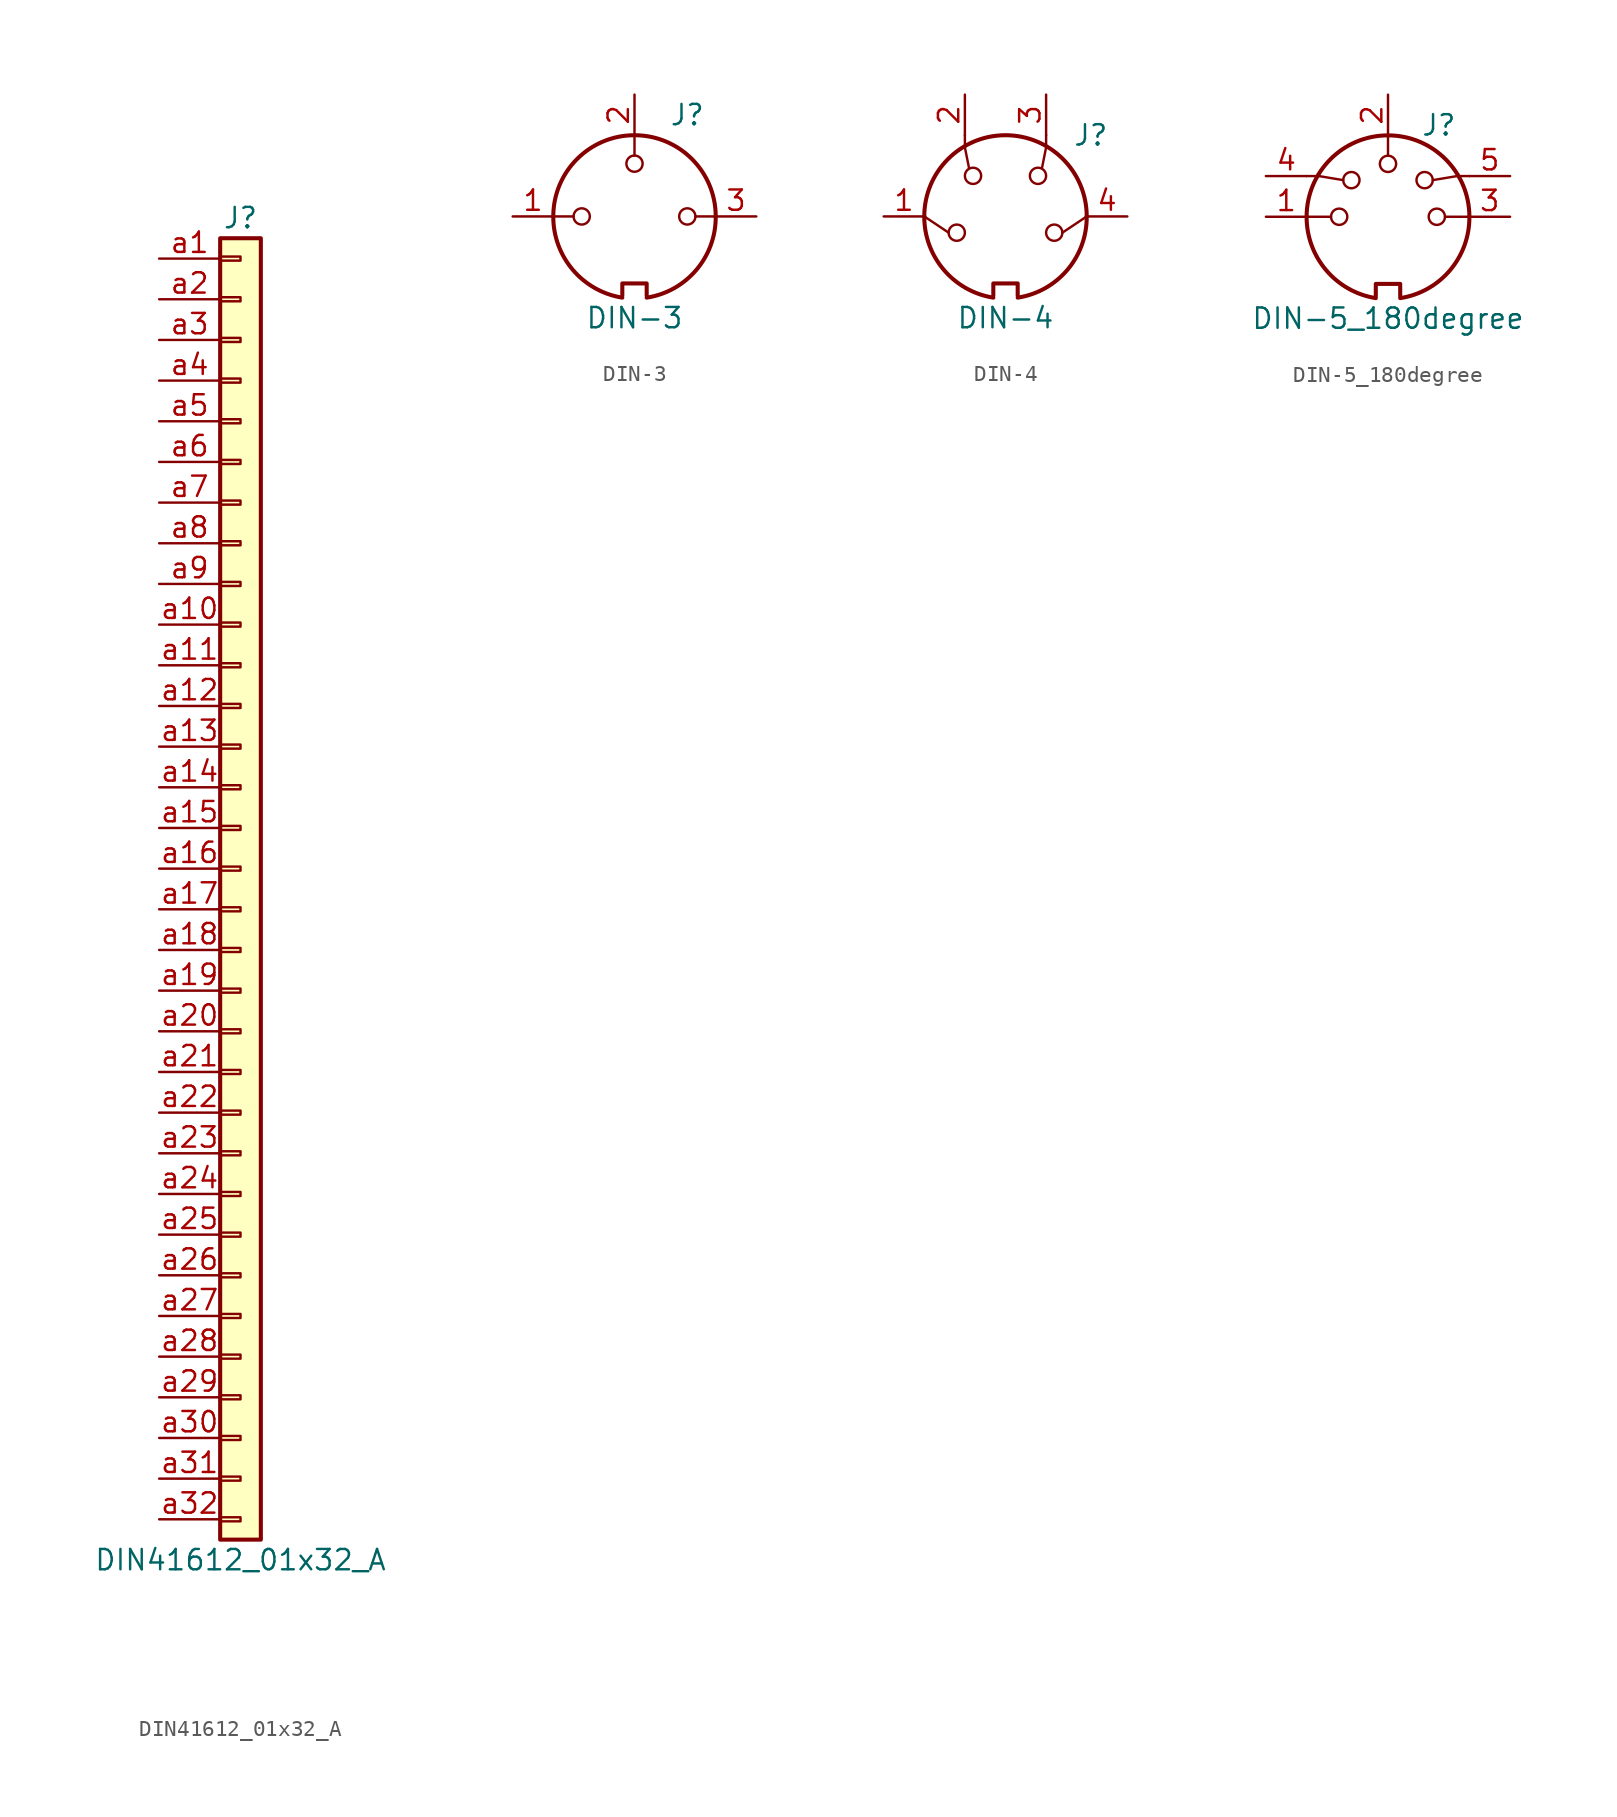
<source format=kicad_sym>
(kicad_symbol_lib
  (version 20211014)
  (generator kicad_symbol_editor)
  (symbol "DIN41612_01x32_A"
    (pin_names
      (offset 1.016) hide)
    (property "Reference" "J"
      (at 0 40.64 0)
      (effects (font (size 1.27 1.27))))
    (property "Value" "DIN41612_01x32_A"
      (at 0 -43.18 0)
      (effects (font (size 1.27 1.27))))
    (symbol "DIN41612_01x32_A_1_1"
      (rectangle (start -1.27 -40.513) (end 0 -40.767) (stroke (width 0.152) (type default) (color 0 0 0 0)) (fill (type none)))
      (rectangle (start -1.27 -37.973) (end 0 -38.227) (stroke (width 0.152) (type default) (color 0 0 0 0)) (fill (type none)))
      (rectangle (start -1.27 -35.433) (end 0 -35.687) (stroke (width 0.152) (type default) (color 0 0 0 0)) (fill (type none)))
      (rectangle (start -1.27 -32.893) (end 0 -33.147) (stroke (width 0.152) (type default) (color 0 0 0 0)) (fill (type none)))
      (rectangle (start -1.27 -30.353) (end 0 -30.607) (stroke (width 0.152) (type default) (color 0 0 0 0)) (fill (type none)))
      (rectangle (start -1.27 -27.813) (end 0 -28.067) (stroke (width 0.152) (type default) (color 0 0 0 0)) (fill (type none)))
      (rectangle (start -1.27 -25.273) (end 0 -25.527) (stroke (width 0.152) (type default) (color 0 0 0 0)) (fill (type none)))
      (rectangle (start -1.27 -22.733) (end 0 -22.987) (stroke (width 0.152) (type default) (color 0 0 0 0)) (fill (type none)))
      (rectangle (start -1.27 -20.193) (end 0 -20.447) (stroke (width 0.152) (type default) (color 0 0 0 0)) (fill (type none)))
      (rectangle (start -1.27 -17.653) (end 0 -17.907) (stroke (width 0.152) (type default) (color 0 0 0 0)) (fill (type none)))
      (rectangle (start -1.27 -15.113) (end 0 -15.367) (stroke (width 0.152) (type default) (color 0 0 0 0)) (fill (type none)))
      (rectangle (start -1.27 -12.573) (end 0 -12.827) (stroke (width 0.152) (type default) (color 0 0 0 0)) (fill (type none)))
      (rectangle (start -1.27 -10.033) (end 0 -10.287) (stroke (width 0.152) (type default) (color 0 0 0 0)) (fill (type none)))
      (rectangle (start -1.27 -7.493) (end 0 -7.747) (stroke (width 0.152) (type default) (color 0 0 0 0)) (fill (type none)))
      (rectangle (start -1.27 -4.953) (end 0 -5.207) (stroke (width 0.152) (type default) (color 0 0 0 0)) (fill (type none)))
      (rectangle (start -1.27 -2.413) (end 0 -2.667) (stroke (width 0.152) (type default) (color 0 0 0 0)) (fill (type none)))
      (rectangle (start -1.27 0.127) (end 0 -0.127) (stroke (width 0.152) (type default) (color 0 0 0 0)) (fill (type none)))
      (rectangle (start -1.27 2.667) (end 0 2.413) (stroke (width 0.152) (type default) (color 0 0 0 0)) (fill (type none)))
      (rectangle (start -1.27 5.207) (end 0 4.953) (stroke (width 0.152) (type default) (color 0 0 0 0)) (fill (type none)))
      (rectangle (start -1.27 7.747) (end 0 7.493) (stroke (width 0.152) (type default) (color 0 0 0 0)) (fill (type none)))
      (rectangle (start -1.27 10.287) (end 0 10.033) (stroke (width 0.152) (type default) (color 0 0 0 0)) (fill (type none)))
      (rectangle (start -1.27 12.827) (end 0 12.573) (stroke (width 0.152) (type default) (color 0 0 0 0)) (fill (type none)))
      (rectangle (start -1.27 15.367) (end 0 15.113) (stroke (width 0.152) (type default) (color 0 0 0 0)) (fill (type none)))
      (rectangle (start -1.27 17.907) (end 0 17.653) (stroke (width 0.152) (type default) (color 0 0 0 0)) (fill (type none)))
      (rectangle (start -1.27 20.447) (end 0 20.193) (stroke (width 0.152) (type default) (color 0 0 0 0)) (fill (type none)))
      (rectangle (start -1.27 22.987) (end 0 22.733) (stroke (width 0.152) (type default) (color 0 0 0 0)) (fill (type none)))
      (rectangle (start -1.27 25.527) (end 0 25.273) (stroke (width 0.152) (type default) (color 0 0 0 0)) (fill (type none)))
      (rectangle (start -1.27 28.067) (end 0 27.813) (stroke (width 0.152) (type default) (color 0 0 0 0)) (fill (type none)))
      (rectangle (start -1.27 30.607) (end 0 30.353) (stroke (width 0.152) (type default) (color 0 0 0 0)) (fill (type none)))
      (rectangle (start -1.27 33.147) (end 0 32.893) (stroke (width 0.152) (type default) (color 0 0 0 0)) (fill (type none)))
      (rectangle (start -1.27 35.687) (end 0 35.433) (stroke (width 0.152) (type default) (color 0 0 0 0)) (fill (type none)))
      (rectangle (start -1.27 38.227) (end 0 37.973) (stroke (width 0.152) (type default) (color 0 0 0 0)) (fill (type none)))
      (rectangle (start -1.27 39.37) (end 1.27 -41.91) (stroke (width 0.254) (type default) (color 0 0 0 0)) (fill (type background)))
      (pin passive line (at -5.08 38.1 0) (length 3.81) (name "Pin_a1" (effects (font (size 1.27 1.27)))) (number "a1" (effects (font (size 1.27 1.27)))))
      (pin passive line (at -5.08 15.24 0) (length 3.81) (name "Pin_a10" (effects (font (size 1.27 1.27)))) (number "a10" (effects (font (size 1.27 1.27)))))
      (pin passive line (at -5.08 12.7 0) (length 3.81) (name "Pin_a11" (effects (font (size 1.27 1.27)))) (number "a11" (effects (font (size 1.27 1.27)))))
      (pin passive line (at -5.08 10.16 0) (length 3.81) (name "Pin_a12" (effects (font (size 1.27 1.27)))) (number "a12" (effects (font (size 1.27 1.27)))))
      (pin passive line (at -5.08 7.62 0) (length 3.81) (name "Pin_a13" (effects (font (size 1.27 1.27)))) (number "a13" (effects (font (size 1.27 1.27)))))
      (pin passive line (at -5.08 5.08 0) (length 3.81) (name "Pin_a14" (effects (font (size 1.27 1.27)))) (number "a14" (effects (font (size 1.27 1.27)))))
      (pin passive line (at -5.08 2.54 0) (length 3.81) (name "Pin_a15" (effects (font (size 1.27 1.27)))) (number "a15" (effects (font (size 1.27 1.27)))))
      (pin passive line (at -5.08 0 0) (length 3.81) (name "Pin_a16" (effects (font (size 1.27 1.27)))) (number "a16" (effects (font (size 1.27 1.27)))))
      (pin passive line (at -5.08 -2.54 0) (length 3.81) (name "Pin_a17" (effects (font (size 1.27 1.27)))) (number "a17" (effects (font (size 1.27 1.27)))))
      (pin passive line (at -5.08 -5.08 0) (length 3.81) (name "Pin_a18" (effects (font (size 1.27 1.27)))) (number "a18" (effects (font (size 1.27 1.27)))))
      (pin passive line (at -5.08 -7.62 0) (length 3.81) (name "Pin_a19" (effects (font (size 1.27 1.27)))) (number "a19" (effects (font (size 1.27 1.27)))))
      (pin passive line (at -5.08 35.56 0) (length 3.81) (name "Pin_a2" (effects (font (size 1.27 1.27)))) (number "a2" (effects (font (size 1.27 1.27)))))
      (pin passive line (at -5.08 -10.16 0) (length 3.81) (name "Pin_a20" (effects (font (size 1.27 1.27)))) (number "a20" (effects (font (size 1.27 1.27)))))
      (pin passive line (at -5.08 -12.7 0) (length 3.81) (name "Pin_a21" (effects (font (size 1.27 1.27)))) (number "a21" (effects (font (size 1.27 1.27)))))
      (pin passive line (at -5.08 -15.24 0) (length 3.81) (name "Pin_a22" (effects (font (size 1.27 1.27)))) (number "a22" (effects (font (size 1.27 1.27)))))
      (pin passive line (at -5.08 -17.78 0) (length 3.81) (name "Pin_a23" (effects (font (size 1.27 1.27)))) (number "a23" (effects (font (size 1.27 1.27)))))
      (pin passive line (at -5.08 -20.32 0) (length 3.81) (name "Pin_a24" (effects (font (size 1.27 1.27)))) (number "a24" (effects (font (size 1.27 1.27)))))
      (pin passive line (at -5.08 -22.86 0) (length 3.81) (name "Pin_a25" (effects (font (size 1.27 1.27)))) (number "a25" (effects (font (size 1.27 1.27)))))
      (pin passive line (at -5.08 -25.4 0) (length 3.81) (name "Pin_a26" (effects (font (size 1.27 1.27)))) (number "a26" (effects (font (size 1.27 1.27)))))
      (pin passive line (at -5.08 -27.94 0) (length 3.81) (name "Pin_a27" (effects (font (size 1.27 1.27)))) (number "a27" (effects (font (size 1.27 1.27)))))
      (pin passive line (at -5.08 -30.48 0) (length 3.81) (name "Pin_a28" (effects (font (size 1.27 1.27)))) (number "a28" (effects (font (size 1.27 1.27)))))
      (pin passive line (at -5.08 -33.02 0) (length 3.81) (name "Pin_a29" (effects (font (size 1.27 1.27)))) (number "a29" (effects (font (size 1.27 1.27)))))
      (pin passive line (at -5.08 33.02 0) (length 3.81) (name "Pin_a3" (effects (font (size 1.27 1.27)))) (number "a3" (effects (font (size 1.27 1.27)))))
      (pin passive line (at -5.08 -35.56 0) (length 3.81) (name "Pin_a30" (effects (font (size 1.27 1.27)))) (number "a30" (effects (font (size 1.27 1.27)))))
      (pin passive line (at -5.08 -38.1 0) (length 3.81) (name "Pin_a31" (effects (font (size 1.27 1.27)))) (number "a31" (effects (font (size 1.27 1.27)))))
      (pin passive line (at -5.08 -40.64 0) (length 3.81) (name "Pin_a32" (effects (font (size 1.27 1.27)))) (number "a32" (effects (font (size 1.27 1.27)))))
      (pin passive line (at -5.08 30.48 0) (length 3.81) (name "Pin_a4" (effects (font (size 1.27 1.27)))) (number "a4" (effects (font (size 1.27 1.27)))))
      (pin passive line (at -5.08 27.94 0) (length 3.81) (name "Pin_a5" (effects (font (size 1.27 1.27)))) (number "a5" (effects (font (size 1.27 1.27)))))
      (pin passive line (at -5.08 25.4 0) (length 3.81) (name "Pin_a6" (effects (font (size 1.27 1.27)))) (number "a6" (effects (font (size 1.27 1.27)))))
      (pin passive line (at -5.08 22.86 0) (length 3.81) (name "Pin_a7" (effects (font (size 1.27 1.27)))) (number "a7" (effects (font (size 1.27 1.27)))))
      (pin passive line (at -5.08 20.32 0) (length 3.81) (name "Pin_a8" (effects (font (size 1.27 1.27)))) (number "a8" (effects (font (size 1.27 1.27)))))
      (pin passive line (at -5.08 17.78 0) (length 3.81) (name "Pin_a9" (effects (font (size 1.27 1.27)))) (number "a9" (effects (font (size 1.27 1.27)))))))
  (symbol "DIN-3"
    (pin_names
      (offset 1.016))
    (property "Reference" "J"
      (at 3.302 6.35 0)
      (effects (font (size 1.27 1.27))))
    (property "Value" "DIN-3"
      (at 0 -6.35 0)
      (effects (font (size 1.27 1.27))))
    (symbol "DIN-3_0_1"
      (arc (start -5.08 0) (mid -3.8609 -3.3364) (end -0.762 -5.08) (stroke (width 0.254) (type default) (color 0 0 0 0)) (fill (type none)))
      (circle (center -3.302 0) (radius 0.508) (stroke (width 0) (type default) (color 0 0 0 0)) (fill (type none)))
      (polyline (pts (xy -3.81 0) (xy -5.08 0)) (stroke (width 0) (type default) (color 0 0 0 0)) (fill (type none)))
      (polyline (pts (xy 0 3.81) (xy 0 5.08)) (stroke (width 0) (type default) (color 0 0 0 0)) (fill (type none)))
      (polyline (pts (xy 5.08 0) (xy 3.81 0)) (stroke (width 0) (type default) (color 0 0 0 0)) (fill (type none)))
      (polyline (pts (xy -0.762 -4.953) (xy -0.762 -4.191) (xy 0.762 -4.191) (xy 0.762 -4.953)) (stroke (width 0.254) (type default) (color 0 0 0 0)) (fill (type none)))
      (circle (center 0 3.302) (radius 0.508) (stroke (width 0) (type default) (color 0 0 0 0)) (fill (type none)))
      (arc (start 0.762 -5.08) (mid 3.8685 -3.343) (end 5.08 0) (stroke (width 0.254) (type default) (color 0 0 0 0)) (fill (type none)))
      (circle (center 3.302 0) (radius 0.508) (stroke (width 0) (type default) (color 0 0 0 0)) (fill (type none)))
      (arc (start 5.08 0) (mid 0 5.08) (end -5.08 0) (stroke (width 0.254) (type default) (color 0 0 0 0)) (fill (type none))))
    (symbol "DIN-3_1_1"
      (pin passive line (at -7.62 0 0) (length 2.54) (name "~" (effects (font (size 1.27 1.27)))) (number "1" (effects (font (size 1.27 1.27)))))
      (pin passive line (at 0 7.62 270) (length 2.54) (name "~" (effects (font (size 1.27 1.27)))) (number "2" (effects (font (size 1.27 1.27)))))
      (pin passive line (at 7.62 0 180) (length 2.54) (name "~" (effects (font (size 1.27 1.27)))) (number "3" (effects (font (size 1.27 1.27)))))))
  (symbol "DIN-4"
    (pin_names
      (offset 1.016))
    (property "Reference" "J"
      (at 5.334 5.08 0)
      (effects (font (size 1.27 1.27))))
    (property "Value" "DIN-4"
      (at 0 -6.35 0)
      (effects (font (size 1.27 1.27))))
    (symbol "DIN-4_0_1"
      (arc (start -5.08 0) (mid -3.8609 -3.3364) (end -0.762 -5.08) (stroke (width 0.254) (type default) (color 0 0 0 0)) (fill (type none)))
      (circle (center -3.048 -1.016) (radius 0.508) (stroke (width 0) (type default) (color 0 0 0 0)) (fill (type none)))
      (circle (center -2.032 2.54) (radius 0.508) (stroke (width 0) (type default) (color 0 0 0 0)) (fill (type none)))
      (polyline (pts (xy -3.556 -1.016) (xy -5.08 0)) (stroke (width 0) (type default) (color 0 0 0 0)) (fill (type none)))
      (polyline (pts (xy 5.08 0) (xy 3.556 -1.016)) (stroke (width 0) (type default) (color 0 0 0 0)) (fill (type none)))
      (polyline (pts (xy -2.54 5.08) (xy -2.54 4.318) (xy -2.286 3.048)) (stroke (width 0) (type default) (color 0 0 0 0)) (fill (type none)))
      (polyline (pts (xy 2.54 5.08) (xy 2.54 4.318) (xy 2.286 3.048)) (stroke (width 0) (type default) (color 0 0 0 0)) (fill (type none)))
      (polyline (pts (xy -0.762 -4.953) (xy -0.762 -4.191) (xy 0.762 -4.191) (xy 0.762 -4.953)) (stroke (width 0.254) (type default) (color 0 0 0 0)) (fill (type none)))
      (arc (start 0.762 -5.08) (mid 3.8685 -3.343) (end 5.08 0) (stroke (width 0.254) (type default) (color 0 0 0 0)) (fill (type none)))
      (circle (center 2.032 2.54) (radius 0.508) (stroke (width 0) (type default) (color 0 0 0 0)) (fill (type none)))
      (circle (center 3.048 -1.016) (radius 0.508) (stroke (width 0) (type default) (color 0 0 0 0)) (fill (type none)))
      (arc (start 5.08 0) (mid 0 5.08) (end -5.08 0) (stroke (width 0.254) (type default) (color 0 0 0 0)) (fill (type none))))
    (symbol "DIN-4_1_1"
      (pin passive line (at -7.62 0 0) (length 2.54) (name "~" (effects (font (size 1.27 1.27)))) (number "1" (effects (font (size 1.27 1.27)))))
      (pin passive line (at -2.54 7.62 270) (length 2.54) (name "~" (effects (font (size 1.27 1.27)))) (number "2" (effects (font (size 1.27 1.27)))))
      (pin passive line (at 2.54 7.62 270) (length 2.54) (name "~" (effects (font (size 1.27 1.27)))) (number "3" (effects (font (size 1.27 1.27)))))
      (pin passive line (at 7.62 0 180) (length 2.54) (name "~" (effects (font (size 1.27 1.27)))) (number "4" (effects (font (size 1.27 1.27)))))))
  (symbol "DIN-5_180degree"
    (pin_names
      (offset 1.016))
    (property "Reference" "J"
      (at 3.175 5.715 0)
      (effects (font (size 1.27 1.27))))
    (property "Value" "DIN-5_180degree"
      (at 0 -6.35 0)
      (effects (font (size 1.27 1.27))))
    (symbol "DIN-5_180degree_0_1"
      (arc (start -5.08 0) (mid -3.8609 -3.3364) (end -0.762 -5.08) (stroke (width 0.254) (type default) (color 0 0 0 0)) (fill (type none)))
      (circle (center -3.048 0) (radius 0.508) (stroke (width 0) (type default) (color 0 0 0 0)) (fill (type none)))
      (circle (center -2.286 2.286) (radius 0.508) (stroke (width 0) (type default) (color 0 0 0 0)) (fill (type none)))
      (polyline (pts (xy -5.08 0) (xy -3.556 0)) (stroke (width 0) (type default) (color 0 0 0 0)) (fill (type none)))
      (polyline (pts (xy 0 5.08) (xy 0 3.81)) (stroke (width 0) (type default) (color 0 0 0 0)) (fill (type none)))
      (polyline (pts (xy 5.08 0) (xy 3.556 0)) (stroke (width 0) (type default) (color 0 0 0 0)) (fill (type none)))
      (polyline (pts (xy -5.08 2.54) (xy -4.318 2.54) (xy -2.794 2.286)) (stroke (width 0) (type default) (color 0 0 0 0)) (fill (type none)))
      (polyline (pts (xy 5.08 2.54) (xy 4.318 2.54) (xy 2.794 2.286)) (stroke (width 0) (type default) (color 0 0 0 0)) (fill (type none)))
      (polyline (pts (xy -0.762 -4.953) (xy -0.762 -4.191) (xy 0.762 -4.191) (xy 0.762 -4.953)) (stroke (width 0.254) (type default) (color 0 0 0 0)) (fill (type none)))
      (circle (center 0 3.302) (radius 0.508) (stroke (width 0) (type default) (color 0 0 0 0)) (fill (type none)))
      (arc (start 0.762 -5.08) (mid 3.8685 -3.343) (end 5.08 0) (stroke (width 0.254) (type default) (color 0 0 0 0)) (fill (type none)))
      (circle (center 2.286 2.286) (radius 0.508) (stroke (width 0) (type default) (color 0 0 0 0)) (fill (type none)))
      (circle (center 3.048 0) (radius 0.508) (stroke (width 0) (type default) (color 0 0 0 0)) (fill (type none)))
      (arc (start 5.08 0) (mid 0 5.08) (end -5.08 0) (stroke (width 0.254) (type default) (color 0 0 0 0)) (fill (type none))))
    (symbol "DIN-5_180degree_1_1"
      (pin passive line (at -7.62 0 0) (length 2.54) (name "~" (effects (font (size 1.27 1.27)))) (number "1" (effects (font (size 1.27 1.27)))))
      (pin passive line (at 0 7.62 270) (length 2.54) (name "~" (effects (font (size 1.27 1.27)))) (number "2" (effects (font (size 1.27 1.27)))))
      (pin passive line (at 7.62 0 180) (length 2.54) (name "~" (effects (font (size 1.27 1.27)))) (number "3" (effects (font (size 1.27 1.27)))))
      (pin passive line (at -7.62 2.54 0) (length 2.54) (name "~" (effects (font (size 1.27 1.27)))) (number "4" (effects (font (size 1.27 1.27)))))
      (pin passive line (at 7.62 2.54 180) (length 2.54) (name "~" (effects (font (size 1.27 1.27)))) (number "5" (effects (font (size 1.27 1.27))))))))
</source>
